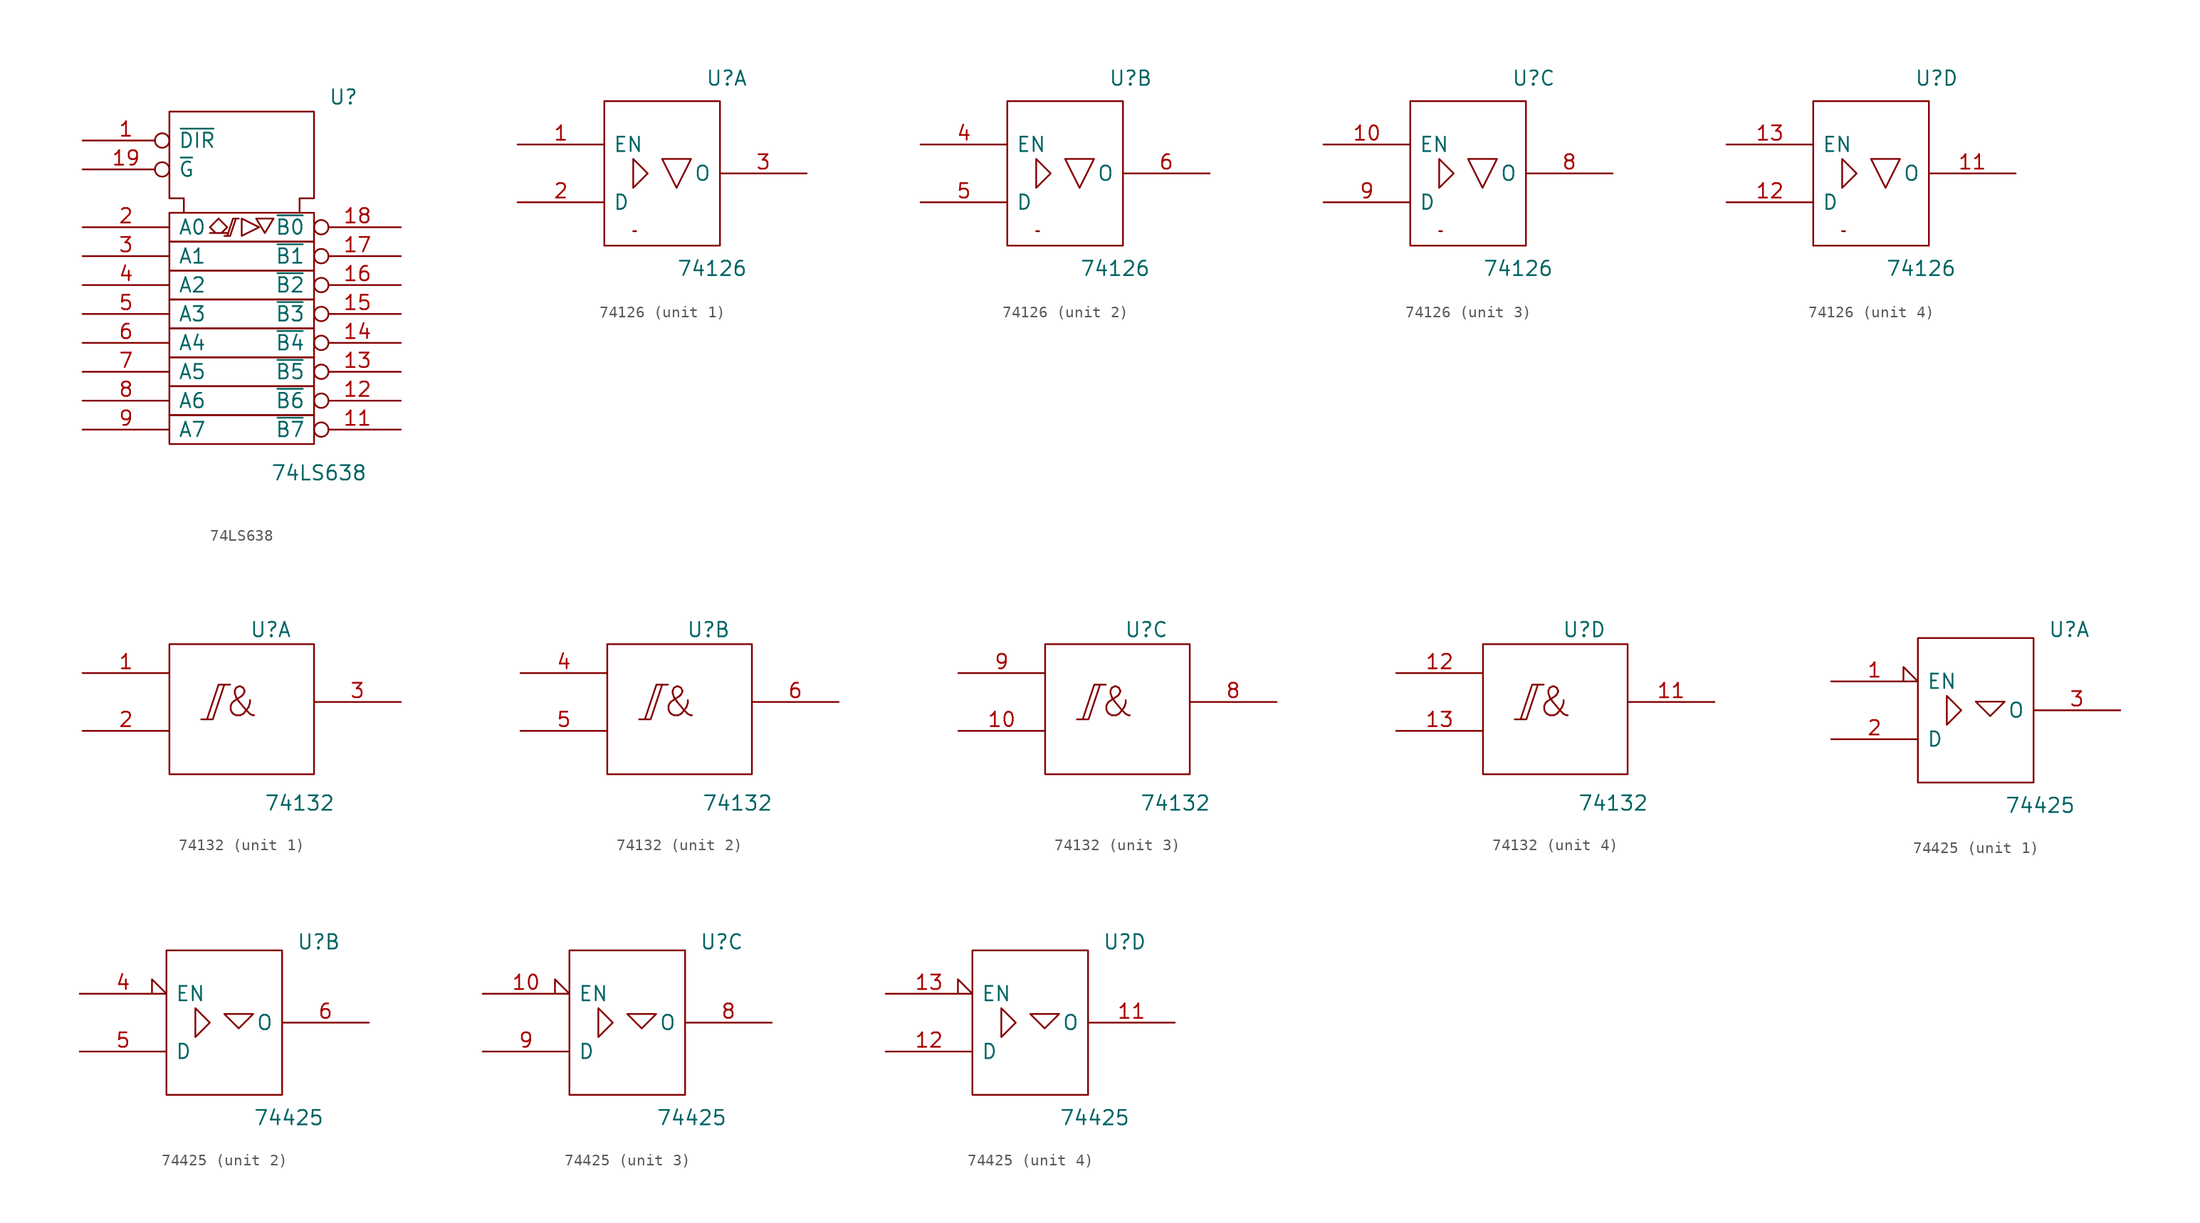
<source format=kicad_sym>
(kicad_symbol_lib
  (version 20200908)
  (generator kicad_symbol_editor)
  (symbol "74xx_IEEE:74LS638"
    (pin_names
      (offset 0.762))
    (property "Reference" "U"
      (at 7.62 17.78 0)
      (effects (font (size 1.27 1.27)) (justify left)))
    (property "Value" "74LS638"
      (at 2.54 -15.24 0)
      (effects (font (size 1.27 1.27)) (justify left)))
    (symbol "74LS638_0_1"
      (rectangle (start -6.35 -10.16) (end 6.35 -12.7) (stroke (width 0)) (fill (type none)))
      (rectangle (start -6.35 -7.62) (end 6.35 -10.16) (stroke (width 0)) (fill (type none)))
      (rectangle (start -6.35 -5.08) (end 6.35 -7.62) (stroke (width 0)) (fill (type none)))
      (rectangle (start -6.35 -2.54) (end 6.35 -5.08) (stroke (width 0)) (fill (type none)))
      (rectangle (start -6.35 0) (end 6.35 -2.54) (stroke (width 0)) (fill (type none)))
      (rectangle (start -6.35 2.54) (end 6.35 0) (stroke (width 0)) (fill (type none)))
      (rectangle (start -6.35 5.08) (end 6.35 2.54) (stroke (width 0)) (fill (type none)))
      (rectangle (start -6.35 7.62) (end 6.35 5.08) (stroke (width 0)) (fill (type none)))
      (polyline (pts (xy -5.08 7.62) (xy -5.08 8.89) (xy -6.35 8.89) (xy -6.35 16.51) (xy 6.35 16.51) (xy 6.35 8.89) (xy 5.08 8.89) (xy 5.08 7.62) (xy 5.08 7.62)) (stroke (width 0)) (fill (type none))))
    (symbol "74LS638_0_0"
      (polyline (pts (xy 0 7.112) (xy 0 5.588) (xy 1.524 6.35) (xy 0 7.112) (xy 0 7.112)) (stroke (width 0)) (fill (type none)))
      (polyline (pts (xy 1.27 7.112) (xy 2.794 7.112) (xy 2.032 5.842) (xy 1.27 7.112) (xy 1.27 7.112)) (stroke (width 0)) (fill (type none)))
      (polyline (pts (xy -1.524 5.588) (xy -1.016 5.588) (xy -0.508 7.112) (xy -0.254 7.112) (xy -0.762 7.112) (xy -1.27 5.588) (xy -1.27 5.588)) (stroke (width 0)) (fill (type none)))
      (polyline (pts (xy -2.032 7.112) (xy -2.794 6.35) (xy -2.286 5.842) (xy -2.794 5.842) (xy -1.27 5.842) (xy -1.778 5.842) (xy -1.27 6.35) (xy -2.032 7.112) (xy -2.032 7.112)) (stroke (width 0)) (fill (type none)))
      (pin power_in line (at 1.27 16.51 270) (length 0) hide (name "GND" (effects (font (size 1.27 1.27)))) (number "10" (effects (font (size 1.27 1.27)))))
      (pin power_in line (at 5.08 16.51 270) (length 0) hide (name "VCC" (effects (font (size 1.27 1.27)))) (number "20" (effects (font (size 1.27 1.27))))))
    (symbol "74LS638_1_1"
      (pin input inverted (at -13.97 13.97 0) (length 7.62) (name "~DIR" (effects (font (size 1.27 1.27)))) (number "1" (effects (font (size 1.27 1.27)))))
      (pin tri_state inverted (at 13.97 -11.43 180) (length 7.62) (name "~B7" (effects (font (size 1.27 1.27)))) (number "11" (effects (font (size 1.27 1.27)))))
      (pin tri_state inverted (at 13.97 -8.89 180) (length 7.62) (name "~B6" (effects (font (size 1.27 1.27)))) (number "12" (effects (font (size 1.27 1.27)))))
      (pin tri_state inverted (at 13.97 -6.35 180) (length 7.62) (name "~B5" (effects (font (size 1.27 1.27)))) (number "13" (effects (font (size 1.27 1.27)))))
      (pin tri_state inverted (at 13.97 -3.81 180) (length 7.62) (name "~B4" (effects (font (size 1.27 1.27)))) (number "14" (effects (font (size 1.27 1.27)))))
      (pin tri_state inverted (at 13.97 -1.27 180) (length 7.62) (name "~B3" (effects (font (size 1.27 1.27)))) (number "15" (effects (font (size 1.27 1.27)))))
      (pin tri_state inverted (at 13.97 1.27 180) (length 7.62) (name "~B2" (effects (font (size 1.27 1.27)))) (number "16" (effects (font (size 1.27 1.27)))))
      (pin tri_state inverted (at 13.97 3.81 180) (length 7.62) (name "~B1" (effects (font (size 1.27 1.27)))) (number "17" (effects (font (size 1.27 1.27)))))
      (pin tri_state inverted (at 13.97 6.35 180) (length 7.62) (name "~B0" (effects (font (size 1.27 1.27)))) (number "18" (effects (font (size 1.27 1.27)))))
      (pin input inverted (at -13.97 11.43 0) (length 7.62) (name "~G" (effects (font (size 1.27 1.27)))) (number "19" (effects (font (size 1.27 1.27)))))
      (pin tri_state line (at -13.97 6.35 0) (length 7.62) (name "A0" (effects (font (size 1.27 1.27)))) (number "2" (effects (font (size 1.27 1.27)))))
      (pin tri_state line (at -13.97 3.81 0) (length 7.62) (name "A1" (effects (font (size 1.27 1.27)))) (number "3" (effects (font (size 1.27 1.27)))))
      (pin tri_state line (at -13.97 1.27 0) (length 7.62) (name "A2" (effects (font (size 1.27 1.27)))) (number "4" (effects (font (size 1.27 1.27)))))
      (pin tri_state line (at -13.97 -1.27 0) (length 7.62) (name "A3" (effects (font (size 1.27 1.27)))) (number "5" (effects (font (size 1.27 1.27)))))
      (pin tri_state line (at -13.97 -3.81 0) (length 7.62) (name "A4" (effects (font (size 1.27 1.27)))) (number "6" (effects (font (size 1.27 1.27)))))
      (pin tri_state line (at -13.97 -6.35 0) (length 7.62) (name "A5" (effects (font (size 1.27 1.27)))) (number "7" (effects (font (size 1.27 1.27)))))
      (pin tri_state line (at -13.97 -8.89 0) (length 7.62) (name "A6" (effects (font (size 1.27 1.27)))) (number "8" (effects (font (size 1.27 1.27)))))
      (pin tri_state line (at -13.97 -11.43 0) (length 7.62) (name "A7" (effects (font (size 1.27 1.27)))) (number "9" (effects (font (size 1.27 1.27)))))))
  (symbol "74xx_IEEE:74126"
    (pin_names
      (offset 0.762))
    (property "Reference" "U"
      (at 3.81 7.62 0)
      (effects (font (size 1.27 1.27)) (justify left bottom)))
    (property "Value" "74126"
      (at 1.27 -7.62 0)
      (effects (font (size 1.27 1.27)) (justify left top)))
    (symbol "74126_0_0"
      (rectangle (start -2.286 -5.08) (end -2.54 -5.08) (stroke (width 0)) (fill (type none)))
      (pin power_in line (at 0 6.35 270) (length 0) hide (name "VCC" (effects (font (size 1.27 1.27)))) (number "14" (effects (font (size 1.27 1.27)))))
      (pin power_in line (at 0 -6.35 90) (length 0) hide (name "GND" (effects (font (size 1.27 1.27)))) (number "7" (effects (font (size 1.27 1.27))))))
    (symbol "74126_0_1"
      (rectangle (start -5.08 6.35) (end 5.08 -6.35) (stroke (width 0)) (fill (type none)))
      (polyline (pts (xy -2.54 1.27) (xy -2.54 -1.27) (xy -1.27 0) (xy -2.54 1.27) (xy -2.54 1.27)) (stroke (width 0)) (fill (type none)))
      (polyline (pts (xy 0 1.27) (xy 2.54 1.27) (xy 1.27 -1.27) (xy 0 1.27) (xy 0 1.27)) (stroke (width 0)) (fill (type none))))
    (symbol "74126_1_0"
      (pin input line (at -12.7 2.54 0) (length 7.62) (name "EN" (effects (font (size 1.27 1.27)))) (number "1" (effects (font (size 1.27 1.27))))))
    (symbol "74126_2_0"
      (pin input line (at -12.7 2.54 0) (length 7.62) (name "EN" (effects (font (size 1.27 1.27)))) (number "4" (effects (font (size 1.27 1.27))))))
    (symbol "74126_3_0"
      (pin input line (at -12.7 2.54 0) (length 7.62) (name "EN" (effects (font (size 1.27 1.27)))) (number "10" (effects (font (size 1.27 1.27))))))
    (symbol "74126_4_0"
      (pin input line (at -12.7 2.54 0) (length 7.62) (name "EN" (effects (font (size 1.27 1.27)))) (number "13" (effects (font (size 1.27 1.27))))))
    (symbol "74126_1_1"
      (pin input line (at -12.7 -2.54 0) (length 7.62) (name "D" (effects (font (size 1.27 1.27)))) (number "2" (effects (font (size 1.27 1.27)))))
      (pin tri_state line (at 12.7 0 180) (length 7.62) (name "O" (effects (font (size 1.27 1.27)))) (number "3" (effects (font (size 1.27 1.27))))))
    (symbol "74126_2_1"
      (pin input line (at -12.7 -2.54 0) (length 7.62) (name "D" (effects (font (size 1.27 1.27)))) (number "5" (effects (font (size 1.27 1.27)))))
      (pin tri_state line (at 12.7 0 180) (length 7.62) (name "O" (effects (font (size 1.27 1.27)))) (number "6" (effects (font (size 1.27 1.27))))))
    (symbol "74126_3_1"
      (pin tri_state line (at 12.7 0 180) (length 7.62) (name "O" (effects (font (size 1.27 1.27)))) (number "8" (effects (font (size 1.27 1.27)))))
      (pin input line (at -12.7 -2.54 0) (length 7.62) (name "D" (effects (font (size 1.27 1.27)))) (number "9" (effects (font (size 1.27 1.27))))))
    (symbol "74126_4_1"
      (pin tri_state line (at 12.7 0 180) (length 7.62) (name "O" (effects (font (size 1.27 1.27)))) (number "11" (effects (font (size 1.27 1.27)))))
      (pin input line (at -12.7 -2.54 0) (length 7.62) (name "D" (effects (font (size 1.27 1.27)))) (number "12" (effects (font (size 1.27 1.27)))))))
  (symbol "74xx_IEEE:74132"
    (pin_names
      (offset 0.762))
    (property "Reference" "U"
      (at 2.54 6.35 0)
      (effects (font (size 1.27 1.27))))
    (property "Value" "74132"
      (at 5.08 -8.89 0)
      (effects (font (size 1.27 1.27))))
    (symbol "74132_0_1"
      (text "&" (at 0 0 0) (effects (font (size 2.54 2.54))))
      (rectangle (start -6.35 5.08) (end 6.35 -6.35) (stroke (width 0)) (fill (type none)))
      (pin power_in line (at 0 5.08 270) (length 0) hide (name "Vcc" (effects (font (size 1.27 1.27)))) (number "14" (effects (font (size 1.27 1.27)))))
      (pin power_in line (at 0 -6.35 90) (length 0) hide (name "Gnd" (effects (font (size 1.27 1.27)))) (number "7" (effects (font (size 1.27 1.27))))))
    (symbol "74132_0_0"
      (polyline (pts (xy -3.556 -1.524) (xy -2.54 -1.524) (xy -1.524 1.524) (xy -1.016 1.524) (xy -2.032 1.524) (xy -3.048 -1.524) (xy -3.048 -1.524)) (stroke (width 0)) (fill (type none))))
    (symbol "74132_1_1"
      (pin input line (at -13.97 2.54 0) (length 7.62) (name "~" (effects (font (size 1.27 1.27)))) (number "1" (effects (font (size 1.27 1.27)))))
      (pin input line (at -13.97 -2.54 0) (length 7.62) (name "~" (effects (font (size 1.27 1.27)))) (number "2" (effects (font (size 1.27 1.27)))))
      (pin output line (at 13.97 0 180) (length 7.62) (name "~" (effects (font (size 1.27 1.27)))) (number "3" (effects (font (size 1.27 1.27))))))
    (symbol "74132_2_1"
      (pin input line (at -13.97 2.54 0) (length 7.62) (name "~" (effects (font (size 1.27 1.27)))) (number "4" (effects (font (size 1.27 1.27)))))
      (pin input line (at -13.97 -2.54 0) (length 7.62) (name "~" (effects (font (size 1.27 1.27)))) (number "5" (effects (font (size 1.27 1.27)))))
      (pin output line (at 13.97 0 180) (length 7.62) (name "~" (effects (font (size 1.27 1.27)))) (number "6" (effects (font (size 1.27 1.27))))))
    (symbol "74132_3_1"
      (pin input line (at -13.97 -2.54 0) (length 7.62) (name "~" (effects (font (size 1.27 1.27)))) (number "10" (effects (font (size 1.27 1.27)))))
      (pin output line (at 13.97 0 180) (length 7.62) (name "~" (effects (font (size 1.27 1.27)))) (number "8" (effects (font (size 1.27 1.27)))))
      (pin input line (at -13.97 2.54 0) (length 7.62) (name "~" (effects (font (size 1.27 1.27)))) (number "9" (effects (font (size 1.27 1.27))))))
    (symbol "74132_4_1"
      (pin output line (at 13.97 0 180) (length 7.62) (name "~" (effects (font (size 1.27 1.27)))) (number "11" (effects (font (size 1.27 1.27)))))
      (pin input line (at -13.97 2.54 0) (length 7.62) (name "~" (effects (font (size 1.27 1.27)))) (number "12" (effects (font (size 1.27 1.27)))))
      (pin input line (at -13.97 -2.54 0) (length 7.62) (name "~" (effects (font (size 1.27 1.27)))) (number "13" (effects (font (size 1.27 1.27)))))))
  (symbol "74xx_IEEE:74425"
    (pin_names
      (offset 0.762))
    (property "Reference" "U"
      (at 6.35 6.35 0)
      (effects (font (size 1.27 1.27)) (justify left bottom)))
    (property "Value" "74425"
      (at 2.54 -7.62 0)
      (effects (font (size 1.27 1.27)) (justify left top)))
    (symbol "74425_0_1"
      (rectangle (start -5.08 6.35) (end 5.08 -6.35) (stroke (width 0)) (fill (type none)))
      (polyline (pts (xy -2.54 1.27) (xy -2.54 -1.27) (xy -1.27 0) (xy -2.54 1.27) (xy -2.54 1.27)) (stroke (width 0)) (fill (type none)))
      (polyline (pts (xy 0 0.762) (xy 2.54 0.762) (xy 1.27 -0.508) (xy 0 0.762) (xy 0 0.762)) (stroke (width 0)) (fill (type none)))
      (pin power_in line (at 0 6.35 270) (length 0) hide (name "VCC" (effects (font (size 1.27 1.27)))) (number "14" (effects (font (size 1.27 1.27)))))
      (pin power_in line (at 0 -6.35 90) (length 0) hide (name "GND" (effects (font (size 1.27 1.27)))) (number "7" (effects (font (size 1.27 1.27))))))
    (symbol "74425_1_0"
      (pin input input_low (at -12.7 2.54 0) (length 7.62) (name "EN" (effects (font (size 1.27 1.27)))) (number "1" (effects (font (size 1.27 1.27))))))
    (symbol "74425_2_0"
      (pin input input_low (at -12.7 2.54 0) (length 7.62) (name "EN" (effects (font (size 1.27 1.27)))) (number "4" (effects (font (size 1.27 1.27))))))
    (symbol "74425_3_0"
      (pin input input_low (at -12.7 2.54 0) (length 7.62) (name "EN" (effects (font (size 1.27 1.27)))) (number "10" (effects (font (size 1.27 1.27))))))
    (symbol "74425_4_0"
      (pin input input_low (at -12.7 2.54 0) (length 7.62) (name "EN" (effects (font (size 1.27 1.27)))) (number "13" (effects (font (size 1.27 1.27))))))
    (symbol "74425_1_1"
      (pin input line (at -12.7 -2.54 0) (length 7.62) (name "D" (effects (font (size 1.27 1.27)))) (number "2" (effects (font (size 1.27 1.27)))))
      (pin tri_state line (at 12.7 0 180) (length 7.62) (name "O" (effects (font (size 1.27 1.27)))) (number "3" (effects (font (size 1.27 1.27))))))
    (symbol "74425_2_1"
      (pin input line (at -12.7 -2.54 0) (length 7.62) (name "D" (effects (font (size 1.27 1.27)))) (number "5" (effects (font (size 1.27 1.27)))))
      (pin tri_state line (at 12.7 0 180) (length 7.62) (name "O" (effects (font (size 1.27 1.27)))) (number "6" (effects (font (size 1.27 1.27))))))
    (symbol "74425_3_1"
      (pin tri_state line (at 12.7 0 180) (length 7.62) (name "O" (effects (font (size 1.27 1.27)))) (number "8" (effects (font (size 1.27 1.27)))))
      (pin input line (at -12.7 -2.54 0) (length 7.62) (name "D" (effects (font (size 1.27 1.27)))) (number "9" (effects (font (size 1.27 1.27))))))
    (symbol "74425_4_1"
      (pin tri_state line (at 12.7 0 180) (length 7.62) (name "O" (effects (font (size 1.27 1.27)))) (number "11" (effects (font (size 1.27 1.27)))))
      (pin input line (at -12.7 -2.54 0) (length 7.62) (name "D" (effects (font (size 1.27 1.27)))) (number "12" (effects (font (size 1.27 1.27))))))))
</source>
